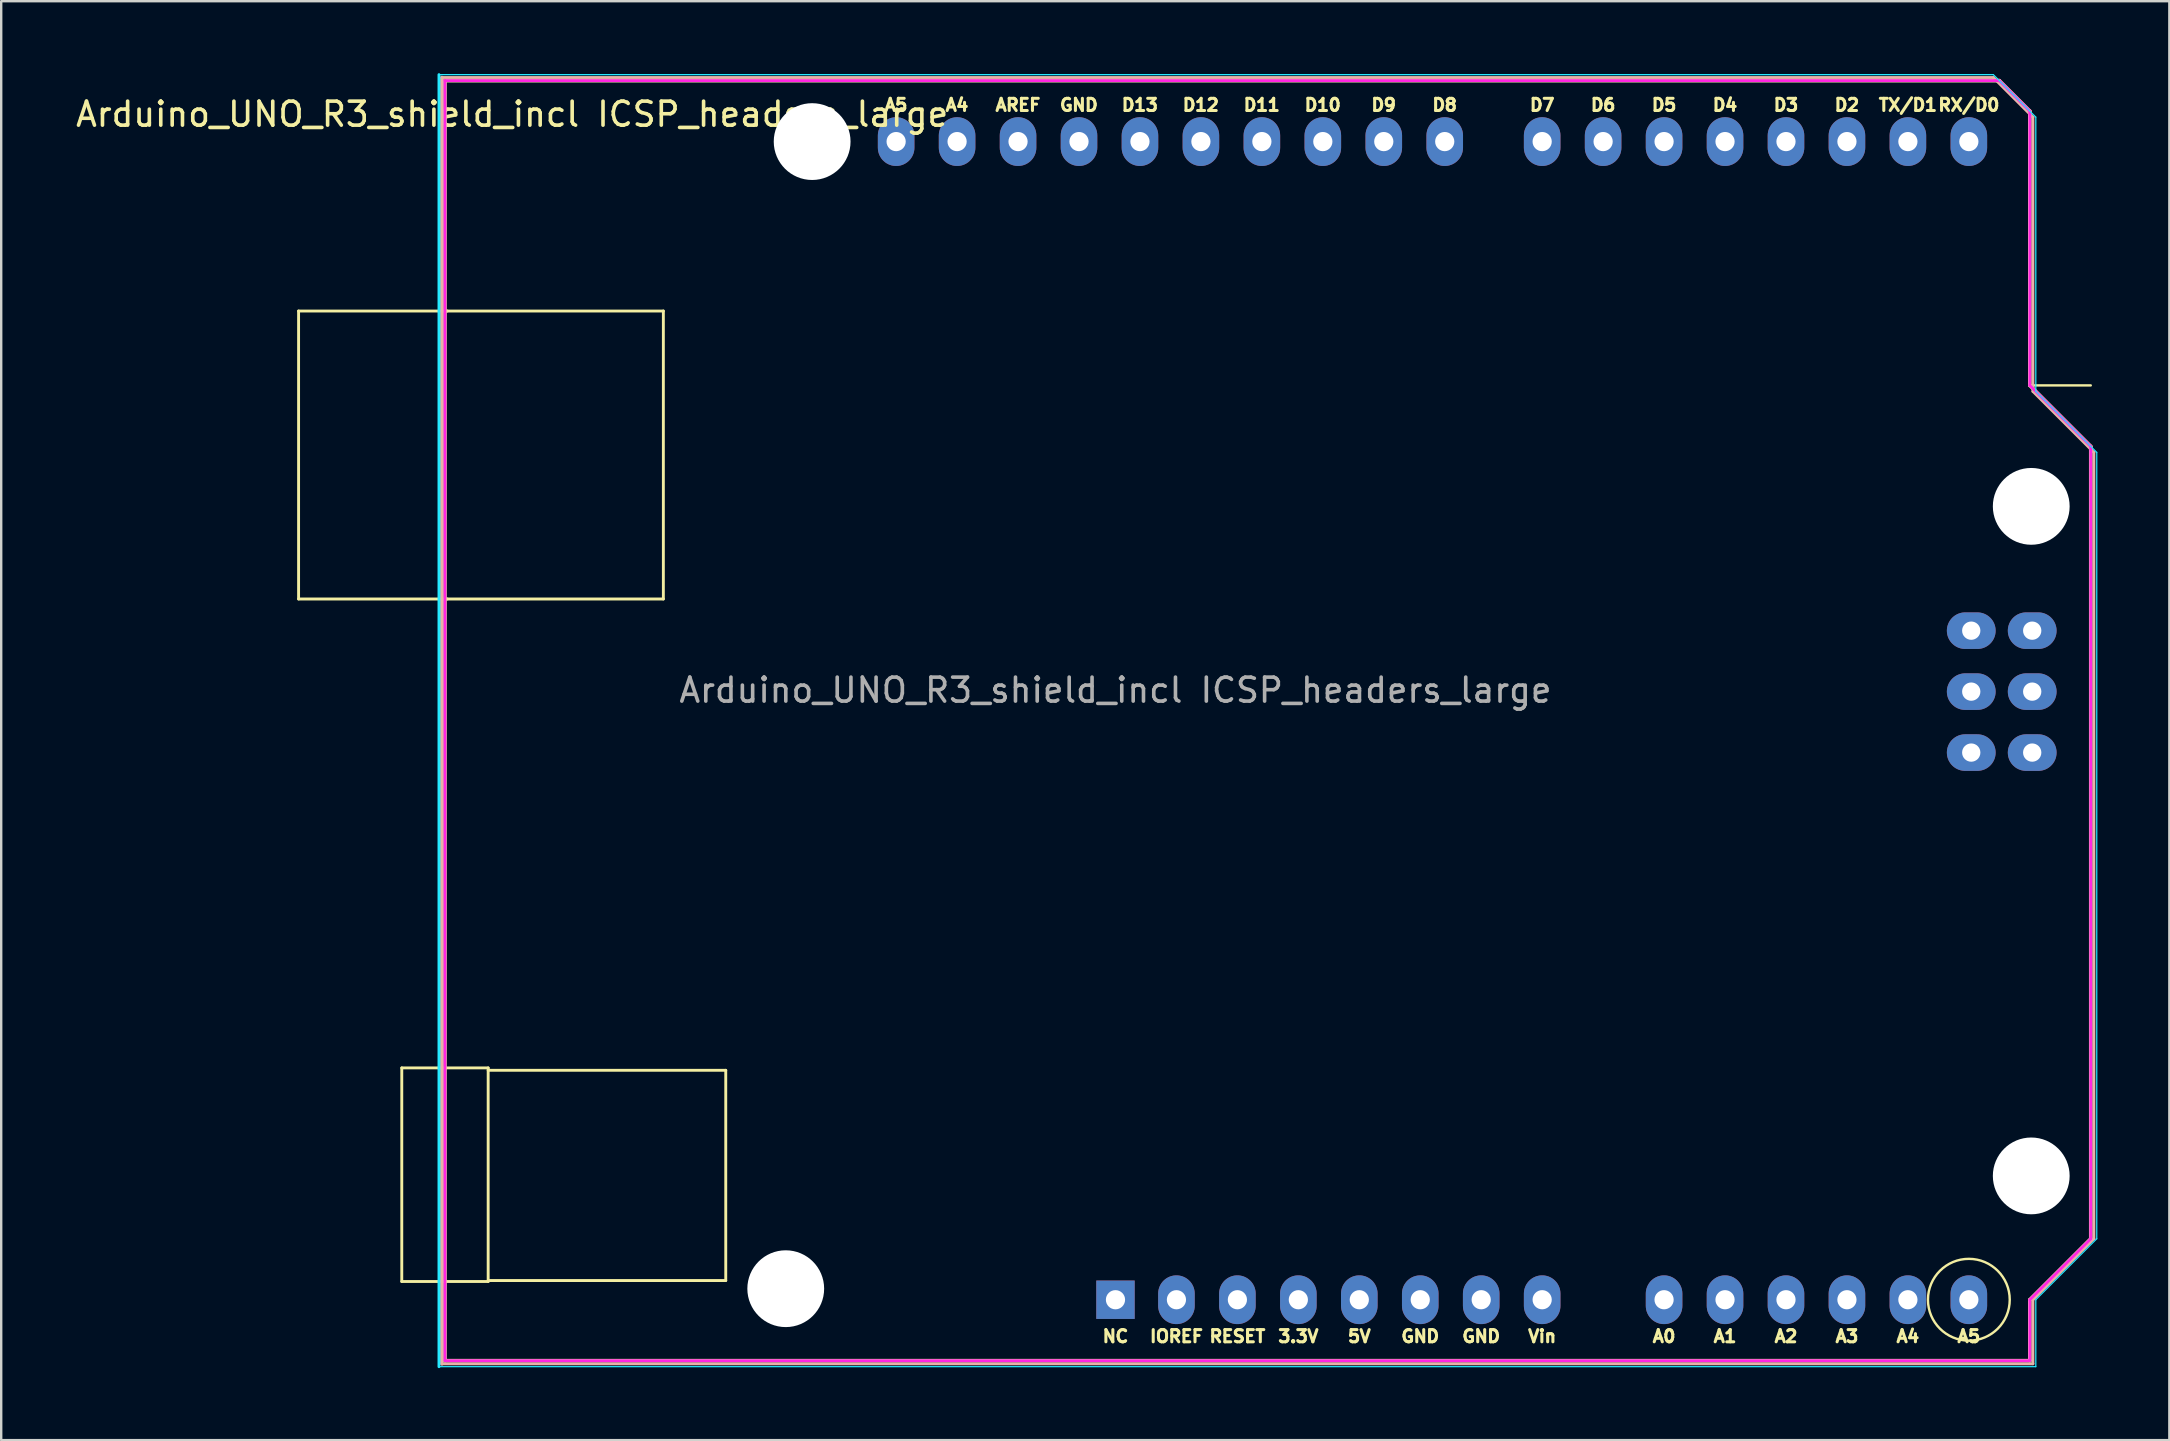
<source format=kicad_pcb>
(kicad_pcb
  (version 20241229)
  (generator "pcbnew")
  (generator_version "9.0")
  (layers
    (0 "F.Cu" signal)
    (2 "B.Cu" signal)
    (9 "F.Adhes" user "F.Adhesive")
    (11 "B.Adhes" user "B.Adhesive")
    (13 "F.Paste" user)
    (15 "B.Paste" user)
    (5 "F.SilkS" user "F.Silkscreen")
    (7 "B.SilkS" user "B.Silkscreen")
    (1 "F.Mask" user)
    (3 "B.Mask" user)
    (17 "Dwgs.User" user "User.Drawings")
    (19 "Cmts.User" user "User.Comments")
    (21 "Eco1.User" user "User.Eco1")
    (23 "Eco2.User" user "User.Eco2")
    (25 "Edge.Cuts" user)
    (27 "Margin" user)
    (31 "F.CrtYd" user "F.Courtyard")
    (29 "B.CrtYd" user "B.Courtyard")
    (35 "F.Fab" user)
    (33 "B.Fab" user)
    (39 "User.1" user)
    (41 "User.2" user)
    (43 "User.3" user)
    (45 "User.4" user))
  (footprint "Arduino_UNO_R3_shield_incl ICSP_headers_large"
    (layer "F.Cu")
    (at 81.632 28.31)
    (property "Reference" "Arduino_UNO_R3_shield_incl ICSP_headers_large" (at -63.34 -26.6 180) (layer "F.SilkS") (effects (font (size 1 1) (thickness 0.15))))
    (attr through_hole)
    (fp_line (start -72.24 -18.4) (end -72.24 -6.4) (stroke (width 0.12) (type solid)) (layer "F.SilkS"))
    (fp_line (start -72.24 -6.4) (end -66.04 -6.4) (stroke (width 0.12) (type solid)) (layer "F.SilkS"))
    (fp_line (start -67.94 13.14) (end -64.34 13.14) (stroke (width 0.12) (type solid)) (layer "F.SilkS"))
    (fp_line (start -67.94 22.04) (end -67.94 13.14) (stroke (width 0.12) (type solid)) (layer "F.SilkS"))
    (fp_line (start -66.14 -28) (end -66.14 25.34) (stroke (width 0.15) (type solid)) (layer "F.SilkS"))
    (fp_line (start -66.14 22.04) (end -67.94 22.04) (stroke (width 0.12) (type solid)) (layer "F.SilkS"))
    (fp_line (start -66.14 25.34) (end -0.1 25.34) (stroke (width 0.15) (type solid)) (layer "F.SilkS"))
    (fp_line (start -66.04 -18.4) (end -72.24 -18.4) (stroke (width 0.12) (type solid)) (layer "F.SilkS"))
    (fp_line (start -66.04 -18.4) (end -57.04 -18.4) (stroke (width 0.12) (type solid)) (layer "F.SilkS"))
    (fp_line (start -64.34 13.14) (end -64.34 22.04) (stroke (width 0.12) (type solid)) (layer "F.SilkS"))
    (fp_line (start -64.34 22) (end -54.44 22) (stroke (width 0.12) (type solid)) (layer "F.SilkS"))
    (fp_line (start -64.34 22.04) (end -66.14 22.04) (stroke (width 0.12) (type solid)) (layer "F.SilkS"))
    (fp_line (start -57.04 -18.4) (end -57.04 -6.4) (stroke (width 0.12) (type solid)) (layer "F.SilkS"))
    (fp_line (start -57.04 -6.4) (end -66.04 -6.4) (stroke (width 0.12) (type solid)) (layer "F.SilkS"))
    (fp_line (start -54.44 13.24) (end -64.34 13.24) (stroke (width 0.12) (type solid)) (layer "F.SilkS"))
    (fp_line (start -54.44 22) (end -54.44 13.24) (stroke (width 0.12) (type solid)) (layer "F.SilkS"))
    (fp_line (start -1.37 -28) (end -66.14 -28) (stroke (width 0.15) (type solid)) (layer "F.SilkS"))
    (fp_line (start -0.1 -26.73) (end -1.37 -28) (stroke (width 0.15) (type solid)) (layer "F.SilkS"))
    (fp_line (start -0.1 -15.3) (end -0.1 -26.73) (stroke (width 0.15) (type solid)) (layer "F.SilkS"))
    (fp_line (start -0.1 -15.3) (end 2.44 -15.3) (stroke (width 0.1) (type default)) (layer "F.SilkS"))
    (fp_line (start -0.1 22.8) (end 2.44 20.26) (stroke (width 0.15) (type solid)) (layer "F.SilkS"))
    (fp_line (start -0.1 25.34) (end -0.1 22.8) (stroke (width 0.15) (type solid)) (layer "F.SilkS"))
    (fp_line (start 2.44 -12.76) (end -0.1 -15.3) (stroke (width 0.15) (type solid)) (layer "F.SilkS"))
    (fp_line (start 2.44 20.26) (end 2.44 -12.76) (stroke (width 0.15) (type solid)) (layer "F.SilkS"))
    (fp_circle (center -2.64 22.8) (end -1.116 23.562) (stroke (width 0.1) (type default)) (fill no) (layer "F.SilkS"))
    (fp_line (start -66.27 25.47) (end -66.27 -28.13) (stroke (width 0.15) (type solid)) (layer "B.SilkS"))
    (fp_line (start -66.27 -28.13) (end -1.62 -28.13) (stroke (width 0.12) (type solid)) (layer "B.SilkS"))
    (fp_line (start -1.62 -28.13) (end 0.03 -26.48) (stroke (width 0.12) (type solid)) (layer "B.SilkS"))
    (fp_line (start 0.03 -26.48) (end 0.03 -15.05) (stroke (width 0.12) (type solid)) (layer "B.SilkS"))
    (fp_line (start 0.03 -15.05) (end 2.57 -12.51) (stroke (width 0.12) (type solid)) (layer "B.SilkS"))
    (fp_line (start 0.03 22.8) (end 0.03 25.47) (stroke (width 0.12) (type solid)) (layer "B.SilkS"))
    (fp_line (start 0.03 25.47) (end -66.27 25.47) (stroke (width 0.12) (type solid)) (layer "B.SilkS"))
    (fp_line (start 2.57 -12.51) (end 2.57 20.26) (stroke (width 0.12) (type solid)) (layer "B.SilkS"))
    (fp_line (start 2.57 20.26) (end 0.03 22.8) (stroke (width 0.12) (type solid)) (layer "B.SilkS"))
    (fp_line (start -66.39 -28.25) (end -66.39 25.59) (stroke (width 0.12) (type solid)) (layer "B.CrtYd"))
    (fp_line (start -66.39 25.59) (end 0.15 25.59) (stroke (width 0.05) (type solid)) (layer "B.CrtYd"))
    (fp_line (start -1.62 -28.25) (end -66.39 -28.25) (stroke (width 0.05) (type solid)) (layer "B.CrtYd"))
    (fp_line (start 0.15 -26.48) (end -1.62 -28.25) (stroke (width 0.05) (type solid)) (layer "B.CrtYd"))
    (fp_line (start 0.15 -15.05) (end 0.15 -26.48) (stroke (width 0.05) (type solid)) (layer "B.CrtYd"))
    (fp_line (start 0.15 22.8) (end 2.69 20.26) (stroke (width 0.05) (type solid)) (layer "B.CrtYd"))
    (fp_line (start 0.15 25.59) (end 0.15 22.8) (stroke (width 0.05) (type solid)) (layer "B.CrtYd"))
    (fp_line (start 2.69 -12.51) (end 0.15 -15.05) (stroke (width 0.05) (type solid)) (layer "B.CrtYd"))
    (fp_line (start 2.69 20.26) (end 2.69 -12.51) (stroke (width 0.05) (type solid)) (layer "B.CrtYd"))
    (fp_line (start -66.14 -28) (end -66.14 25.34) (stroke (width 0.12) (type solid)) (layer "F.CrtYd"))
    (fp_line (start -66.14 25.34) (end -0.1 25.34) (stroke (width 0.12) (type solid)) (layer "F.CrtYd"))
    (fp_line (start -1.37 -28) (end -66.14 -28) (stroke (width 0.12) (type solid)) (layer "F.CrtYd"))
    (fp_line (start -0.1 -26.73) (end -1.37 -28) (stroke (width 0.12) (type solid)) (layer "F.CrtYd"))
    (fp_line (start -0.1 -15.3) (end -0.1 -26.73) (stroke (width 0.12) (type solid)) (layer "F.CrtYd"))
    (fp_line (start -0.1 22.8) (end 2.44 20.26) (stroke (width 0.12) (type solid)) (layer "F.CrtYd"))
    (fp_line (start -0.1 25.34) (end -0.1 22.8) (stroke (width 0.12) (type solid)) (layer "F.CrtYd"))
    (fp_line (start 2.44 -12.76) (end -0.1 -15.3) (stroke (width 0.12) (type solid)) (layer "F.CrtYd"))
    (fp_line (start 2.44 20.26) (end 2.44 -12.76) (stroke (width 0.12) (type solid)) (layer "F.CrtYd"))
    (fp_text user "GND" (at -25.5 24.324 0) (layer "F.SilkS") (effects (font (size 0.508 0.508) (thickness 0.127))))
    (fp_text user "GND" (at -39.724 -26.984 0) (layer "F.SilkS") (effects (font (size 0.508 0.508) (thickness 0.127))))
    (fp_text user "A2" (at -10.26 24.324 0) (layer "F.SilkS") (effects (font (size 0.508 0.508) (thickness 0.127))))
    (fp_text user "A0" (at -15.34 24.324 0) (layer "F.SilkS") (effects (font (size 0.508 0.508) (thickness 0.127))))
    (fp_text user "D12" (at -34.644 -26.984 0) (layer "F.SilkS") (effects (font (size 0.508 0.508) (thickness 0.127))))
    (fp_text user "D10" (at -29.564 -26.984 0) (layer "F.SilkS") (effects (font (size 0.508 0.508) (thickness 0.127))))
    (fp_text user "RESET" (at -33.12 24.324 0) (layer "F.SilkS") (effects (font (size 0.508 0.508) (thickness 0.127))))
    (fp_text user "A4" (at -5.18 24.324 0) (layer "F.SilkS") (effects (font (size 0.508 0.508) (thickness 0.127))))
    (fp_text user "D7" (at -20.42 -26.984 0) (layer "F.SilkS") (effects (font (size 0.508 0.508) (thickness 0.127))))
    (fp_text user "A1" (at -12.8 24.324 0) (layer "F.SilkS") (effects (font (size 0.508 0.508) (thickness 0.127))))
    (fp_text user "A3" (at -7.72 24.324 0) (layer "F.SilkS") (effects (font (size 0.508 0.508) (thickness 0.127))))
    (fp_text user "D5" (at -15.34 -26.984 0) (layer "F.SilkS") (effects (font (size 0.508 0.508) (thickness 0.127))))
    (fp_text user "D2" (at -7.72 -26.984 0) (layer "F.SilkS") (effects (font (size 0.508 0.508) (thickness 0.127))))
    (fp_text user "RX/D0" (at -2.64 -26.984 0) (layer "F.SilkS") (effects (font (size 0.508 0.508) (thickness 0.127))))
    (fp_text user "5V" (at -28.04 24.324 0) (layer "F.SilkS") (effects (font (size 0.508 0.508) (thickness 0.127))))
    (fp_text user "3.3V" (at -30.58 24.324 0) (layer "F.SilkS") (effects (font (size 0.508 0.508) (thickness 0.127))))
    (fp_text user "TX/D1" (at -5.18 -26.984 0) (layer "F.SilkS") (effects (font (size 0.508 0.508) (thickness 0.127))))
    (fp_text user "AREF" (at -42.264 -26.984 0) (layer "F.SilkS") (effects (font (size 0.508 0.508) (thickness 0.127))))
    (fp_text user "NC" (at -38.2 24.324 0) (layer "F.SilkS") (effects (font (size 0.508 0.508) (thickness 0.127))))
    (fp_text user "A5" (at -2.64 24.324 0) (layer "F.SilkS") (effects (font (size 0.508 0.508) (thickness 0.127))))
    (fp_text user "A5" (at -47.344 -26.984 0) (layer "F.SilkS") (effects (font (size 0.508 0.508) (thickness 0.127))))
    (fp_text user "D8" (at -24.484 -26.984 0) (layer "F.SilkS") (effects (font (size 0.508 0.508) (thickness 0.127))))
    (fp_text user "D11" (at -32.104 -26.984 0) (layer "F.SilkS") (effects (font (size 0.508 0.508) (thickness 0.127))))
    (fp_text user "A4" (at -44.804 -26.984 0) (layer "F.SilkS") (effects (font (size 0.508 0.508) (thickness 0.127))))
    (fp_text user "IOREF" (at -35.66 24.324 0) (layer "F.SilkS") (effects (font (size 0.508 0.508) (thickness 0.127))))
    (fp_text user "D4" (at -12.8 -26.984 0) (layer "F.SilkS") (effects (font (size 0.508 0.508) (thickness 0.127))))
    (fp_text user "D3" (at -10.26 -26.984 0) (layer "F.SilkS") (effects (font (size 0.508 0.508) (thickness 0.127))))
    (fp_text user "D13" (at -37.184 -26.984 0) (layer "F.SilkS") (effects (font (size 0.508 0.508) (thickness 0.127))))
    (fp_text user "D6" (at -17.88 -26.984 0) (layer "F.SilkS") (effects (font (size 0.508 0.508) (thickness 0.127))))
    (fp_text user "Vin" (at -20.42 24.324 0) (layer "F.SilkS") (effects (font (size 0.508 0.508) (thickness 0.127))))
    (fp_text user "GND" (at -22.96 24.324 0) (layer "F.SilkS") (effects (font (size 0.508 0.508) (thickness 0.127))))
    (fp_text user "D9" (at -27.024 -26.984 0) (layer "F.SilkS") (effects (font (size 0.508 0.508) (thickness 0.127))))
    (fp_text user "${REFERENCE}" (at -38.2 -2.6 180) (layer "F.Fab") (effects (font (size 1 1) (thickness 0.15))))
    (pad "" np_thru_hole circle (at -51.94 22.34) (size 3.2 3.2) (drill 3.2) (layers "*.Cu" "*.Mask"))
    (pad "" np_thru_hole circle (at -50.84 -25.46) (size 3.2 3.2) (drill 3.2) (layers "*.Cu" "*.Mask"))
    (pad "" np_thru_hole circle (at -0.04 -10.26) (size 3.2 3.2) (drill 3.2) (layers "*.Cu" "*.Mask"))
    (pad "" np_thru_hole circle (at -0.04 17.64) (size 3.2 3.2) (drill 3.2) (layers "*.Cu" "*.Mask"))
    (pad "1" thru_hole rect (at -38.2 22.8 270) (size 1.6 1.6) (drill 0.8) (layers "*.Cu" "*.Mask"))
    (pad "3V3" thru_hole oval (at -30.58 22.8 270) (size 2.032 1.524) (drill 0.8) (layers "*.Cu" "*.Mask"))
    (pad "5V1" thru_hole oval (at -28.04 22.8 270) (size 2.032 1.524) (drill 0.8) (layers "*.Cu" "*.Mask"))
    (pad "5V2" thru_hole oval (at 0 -5.08) (size 2.032 1.524) (drill 0.762) (layers "*.Cu" "*.Mask"))
    (pad "A0" thru_hole oval (at -15.34 22.8 270) (size 2.032 1.524) (drill 0.8) (layers "*.Cu" "*.Mask"))
    (pad "A1" thru_hole oval (at -12.8 22.8 270) (size 2.032 1.524) (drill 0.8) (layers "*.Cu" "*.Mask"))
    (pad "A2" thru_hole oval (at -10.26 22.8 270) (size 2.032 1.524) (drill 0.8) (layers "*.Cu" "*.Mask"))
    (pad "A4" thru_hole oval (at -7.72 22.8 270) (size 2.032 1.524) (drill 0.8) (layers "*.Cu" "*.Mask"))
    (pad "A4" thru_hole oval (at -5.18 22.8 270) (size 2.032 1.524) (drill 0.8) (layers "*.Cu" "*.Mask"))
    (pad "A5" thru_hole oval (at -2.64 22.8 270) (size 2.032 1.524) (drill 0.8) (layers "*.Cu" "*.Mask"))
    (pad "A42" thru_hole oval (at -44.8 -25.46 270) (size 2.032 1.524) (drill 0.8) (layers "*.Cu" "*.Mask"))
    (pad "A52" thru_hole oval (at -47.34 -25.46 270) (size 2.032 1.524) (drill 0.8) (layers "*.Cu" "*.Mask"))
    (pad "AREF" thru_hole oval (at -42.26 -25.46 270) (size 2.032 1.524) (drill 0.8) (layers "*.Cu" "*.Mask"))
    (pad "D0" thru_hole oval (at -2.64 -25.46 270) (size 2.032 1.524) (drill 0.8) (layers "*.Cu" "*.Mask"))
    (pad "D1" thru_hole oval (at -5.18 -25.46 270) (size 2.032 1.524) (drill 0.8) (layers "*.Cu" "*.Mask"))
    (pad "D2" thru_hole oval (at -7.72 -25.46 270) (size 2.032 1.524) (drill 0.8) (layers "*.Cu" "*.Mask"))
    (pad "D3" thru_hole oval (at -10.26 -25.46 270) (size 2.032 1.524) (drill 0.8) (layers "*.Cu" "*.Mask"))
    (pad "D4" thru_hole oval (at -12.8 -25.46 270) (size 2.032 1.524) (drill 0.8) (layers "*.Cu" "*.Mask"))
    (pad "D5" thru_hole oval (at -15.34 -25.46 270) (size 2.032 1.524) (drill 0.8) (layers "*.Cu" "*.Mask"))
    (pad "D6" thru_hole oval (at -17.88 -25.46 270) (size 2.032 1.524) (drill 0.8) (layers "*.Cu" "*.Mask"))
    (pad "D7" thru_hole oval (at -20.42 -25.46 270) (size 2.032 1.524) (drill 0.8) (layers "*.Cu" "*.Mask"))
    (pad "D8" thru_hole oval (at -24.48 -25.46 270) (size 2.032 1.524) (drill 0.8) (layers "*.Cu" "*.Mask"))
    (pad "D9" thru_hole oval (at -27.02 -25.46 270) (size 2.032 1.524) (drill 0.8) (layers "*.Cu" "*.Mask"))
    (pad "D10" thru_hole oval (at -29.56 -25.46 270) (size 2.032 1.524) (drill 0.8) (layers "*.Cu" "*.Mask"))
    (pad "D11" thru_hole oval (at -32.1 -25.46 270) (size 2.032 1.524) (drill 0.8) (layers "*.Cu" "*.Mask"))
    (pad "D12" thru_hole oval (at -34.64 -25.46 270) (size 2.032 1.524) (drill 0.8) (layers "*.Cu" "*.Mask"))
    (pad "D13" thru_hole oval (at -37.18 -25.46 270) (size 2.032 1.524) (drill 0.8) (layers "*.Cu" "*.Mask"))
    (pad "GND1" thru_hole oval (at -39.72 -25.46 270) (size 2.032 1.524) (drill 0.8) (layers "*.Cu" "*.Mask"))
    (pad "GND2" thru_hole oval (at -22.96 22.8 270) (size 2.032 1.524) (drill 0.8) (layers "*.Cu" "*.Mask"))
    (pad "GND3" thru_hole oval (at -25.5 22.8 270) (size 2.032 1.524) (drill 0.8) (layers "*.Cu" "*.Mask"))
    (pad "GND4" thru_hole oval (at 0 0) (size 2.032 1.524) (drill 0.762) (layers "*.Cu" "*.Mask"))
    (pad "IORF" thru_hole oval (at -35.66 22.8 270) (size 2.032 1.524) (drill 0.8) (layers "*.Cu" "*.Mask"))
    (pad "MISO" thru_hole oval (at -2.54 -5.08) (size 2.032 1.524) (drill 0.762) (layers "*.Cu" "*.Mask"))
    (pad "MOSI" thru_hole oval (at 0 -2.54) (size 2.032 1.524) (drill 0.762) (layers "*.Cu" "*.Mask"))
    (pad "RST1" thru_hole oval (at -33.12 22.8 270) (size 2.032 1.524) (drill 0.8) (layers "*.Cu" "*.Mask"))
    (pad "RST2" thru_hole oval (at -2.54 0) (size 2.032 1.524) (drill 0.762) (layers "*.Cu" "*.Mask"))
    (pad "SCK" thru_hole oval (at -2.54 -2.54) (size 2.032 1.524) (drill 0.762) (layers "*.Cu" "*.Mask"))
    (pad "VIN" thru_hole oval (at -20.42 22.8 270) (size 2.032 1.524) (drill 0.8) (layers "*.Cu" "*.Mask")))
  (gr_rect
    (start -3 -3)
    (end 87.347 56.96)
    (stroke (width 0.1) (type default))
    (fill no)
    (layer "Edge.Cuts")))
</source>
